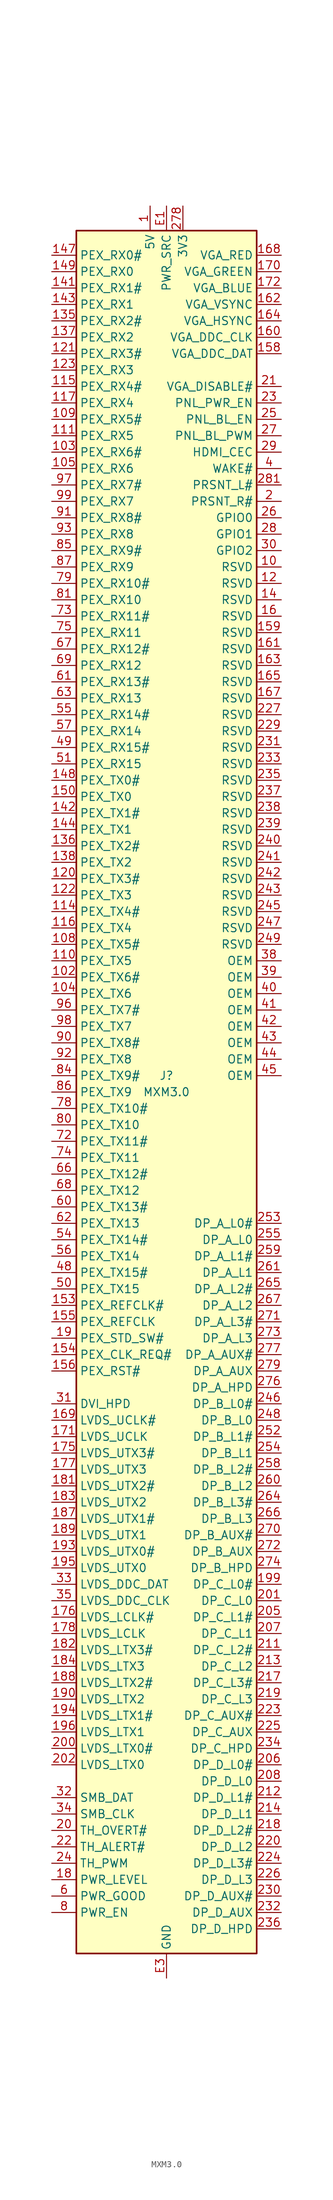
<source format=kicad_sym>
(kicad_symbol_lib
  (version 20211014)
  (generator kicad_symbol_editor)
  (symbol "MXM3.0"
    (property "Reference" "J"
      (at 0 2.54 0)
      (effects (font (size 1.27 1.27))))
    (property "Value" "MXM3.0"
      (at 0 0 0)
      (effects (font (size 1.27 1.27))))
    (symbol "MXM3.0_1_1"
      (rectangle (start -13.97 133.35) (end 13.97 -133.35) (stroke (width 0.254) (type default) (color 0 0 0 0)) (fill (type background)))
      (pin power_in line (at -2.54 137.16 270) (length 3.81) (name "5V" (effects (font (size 1.27 1.27)))) (number "1" (effects (font (size 1.27 1.27)))))
      (pin bidirectional line (at 17.78 81.28 180) (length 3.81) (name "RSVD" (effects (font (size 1.27 1.27)))) (number "10" (effects (font (size 1.27 1.27)))))
      (pin passive line (at 0 -137.16 90) (length 3.81) hide (name "GND" (effects (font (size 1.27 1.27)))) (number "100" (effects (font (size 1.27 1.27)))))
      (pin passive line (at 0 -137.16 90) (length 3.81) hide (name "GND" (effects (font (size 1.27 1.27)))) (number "101" (effects (font (size 1.27 1.27)))))
      (pin input line (at -17.78 17.78 0) (length 3.81) (name "PEX_TX6#" (effects (font (size 1.27 1.27)))) (number "102" (effects (font (size 1.27 1.27)))))
      (pin output line (at -17.78 99.06 0) (length 3.81) (name "PEX_RX6#" (effects (font (size 1.27 1.27)))) (number "103" (effects (font (size 1.27 1.27)))))
      (pin input line (at -17.78 15.24 0) (length 3.81) (name "PEX_TX6" (effects (font (size 1.27 1.27)))) (number "104" (effects (font (size 1.27 1.27)))))
      (pin output line (at -17.78 96.52 0) (length 3.81) (name "PEX_RX6" (effects (font (size 1.27 1.27)))) (number "105" (effects (font (size 1.27 1.27)))))
      (pin passive line (at 0 -137.16 90) (length 3.81) hide (name "GND" (effects (font (size 1.27 1.27)))) (number "106" (effects (font (size 1.27 1.27)))))
      (pin passive line (at 0 -137.16 90) (length 3.81) hide (name "GND" (effects (font (size 1.27 1.27)))) (number "107" (effects (font (size 1.27 1.27)))))
      (pin input line (at -17.78 22.86 0) (length 3.81) (name "PEX_TX5#" (effects (font (size 1.27 1.27)))) (number "108" (effects (font (size 1.27 1.27)))))
      (pin output line (at -17.78 104.14 0) (length 3.81) (name "PEX_RX5#" (effects (font (size 1.27 1.27)))) (number "109" (effects (font (size 1.27 1.27)))))
      (pin passive line (at 0 -137.16 90) (length 3.81) hide (name "GND" (effects (font (size 1.27 1.27)))) (number "11" (effects (font (size 1.27 1.27)))))
      (pin input line (at -17.78 20.32 0) (length 3.81) (name "PEX_TX5" (effects (font (size 1.27 1.27)))) (number "110" (effects (font (size 1.27 1.27)))))
      (pin output line (at -17.78 101.6 0) (length 3.81) (name "PEX_RX5" (effects (font (size 1.27 1.27)))) (number "111" (effects (font (size 1.27 1.27)))))
      (pin passive line (at 0 -137.16 90) (length 3.81) hide (name "GND" (effects (font (size 1.27 1.27)))) (number "112" (effects (font (size 1.27 1.27)))))
      (pin passive line (at 0 -137.16 90) (length 3.81) hide (name "GND" (effects (font (size 1.27 1.27)))) (number "113" (effects (font (size 1.27 1.27)))))
      (pin input line (at -17.78 27.94 0) (length 3.81) (name "PEX_TX4#" (effects (font (size 1.27 1.27)))) (number "114" (effects (font (size 1.27 1.27)))))
      (pin output line (at -17.78 109.22 0) (length 3.81) (name "PEX_RX4#" (effects (font (size 1.27 1.27)))) (number "115" (effects (font (size 1.27 1.27)))))
      (pin input line (at -17.78 25.4 0) (length 3.81) (name "PEX_TX4" (effects (font (size 1.27 1.27)))) (number "116" (effects (font (size 1.27 1.27)))))
      (pin output line (at -17.78 106.68 0) (length 3.81) (name "PEX_RX4" (effects (font (size 1.27 1.27)))) (number "117" (effects (font (size 1.27 1.27)))))
      (pin passive line (at 0 -137.16 90) (length 3.81) hide (name "GND" (effects (font (size 1.27 1.27)))) (number "118" (effects (font (size 1.27 1.27)))))
      (pin passive line (at 0 -137.16 90) (length 3.81) hide (name "GND" (effects (font (size 1.27 1.27)))) (number "119" (effects (font (size 1.27 1.27)))))
      (pin bidirectional line (at 17.78 78.74 180) (length 3.81) (name "RSVD" (effects (font (size 1.27 1.27)))) (number "12" (effects (font (size 1.27 1.27)))))
      (pin input line (at -17.78 33.02 0) (length 3.81) (name "PEX_TX3#" (effects (font (size 1.27 1.27)))) (number "120" (effects (font (size 1.27 1.27)))))
      (pin output line (at -17.78 114.3 0) (length 3.81) (name "PEX_RX3#" (effects (font (size 1.27 1.27)))) (number "121" (effects (font (size 1.27 1.27)))))
      (pin input line (at -17.78 30.48 0) (length 3.81) (name "PEX_TX3" (effects (font (size 1.27 1.27)))) (number "122" (effects (font (size 1.27 1.27)))))
      (pin output line (at -17.78 111.76 0) (length 3.81) (name "PEX_RX3" (effects (font (size 1.27 1.27)))) (number "123" (effects (font (size 1.27 1.27)))))
      (pin passive line (at 0 -137.16 90) (length 3.81) hide (name "GND" (effects (font (size 1.27 1.27)))) (number "124" (effects (font (size 1.27 1.27)))))
      (pin passive line (at 0 -137.16 90) (length 3.81) hide (name "GND" (effects (font (size 1.27 1.27)))) (number "125" (effects (font (size 1.27 1.27)))))
      (pin passive line (at 0 -137.16 90) (length 3.81) hide (name "GND" (effects (font (size 1.27 1.27)))) (number "13" (effects (font (size 1.27 1.27)))))
      (pin passive line (at 0 -137.16 90) (length 3.81) hide (name "GND" (effects (font (size 1.27 1.27)))) (number "133" (effects (font (size 1.27 1.27)))))
      (pin passive line (at 0 -137.16 90) (length 3.81) hide (name "GND" (effects (font (size 1.27 1.27)))) (number "134" (effects (font (size 1.27 1.27)))))
      (pin output line (at -17.78 119.38 0) (length 3.81) (name "PEX_RX2#" (effects (font (size 1.27 1.27)))) (number "135" (effects (font (size 1.27 1.27)))))
      (pin input line (at -17.78 38.1 0) (length 3.81) (name "PEX_TX2#" (effects (font (size 1.27 1.27)))) (number "136" (effects (font (size 1.27 1.27)))))
      (pin output line (at -17.78 116.84 0) (length 3.81) (name "PEX_RX2" (effects (font (size 1.27 1.27)))) (number "137" (effects (font (size 1.27 1.27)))))
      (pin input line (at -17.78 35.56 0) (length 3.81) (name "PEX_TX2" (effects (font (size 1.27 1.27)))) (number "138" (effects (font (size 1.27 1.27)))))
      (pin passive line (at 0 -137.16 90) (length 3.81) hide (name "GND" (effects (font (size 1.27 1.27)))) (number "139" (effects (font (size 1.27 1.27)))))
      (pin bidirectional line (at 17.78 76.2 180) (length 3.81) (name "RSVD" (effects (font (size 1.27 1.27)))) (number "14" (effects (font (size 1.27 1.27)))))
      (pin passive line (at 0 -137.16 90) (length 3.81) hide (name "GND" (effects (font (size 1.27 1.27)))) (number "140" (effects (font (size 1.27 1.27)))))
      (pin output line (at -17.78 124.46 0) (length 3.81) (name "PEX_RX1#" (effects (font (size 1.27 1.27)))) (number "141" (effects (font (size 1.27 1.27)))))
      (pin input line (at -17.78 43.18 0) (length 3.81) (name "PEX_TX1#" (effects (font (size 1.27 1.27)))) (number "142" (effects (font (size 1.27 1.27)))))
      (pin output line (at -17.78 121.92 0) (length 3.81) (name "PEX_RX1" (effects (font (size 1.27 1.27)))) (number "143" (effects (font (size 1.27 1.27)))))
      (pin input line (at -17.78 40.64 0) (length 3.81) (name "PEX_TX1" (effects (font (size 1.27 1.27)))) (number "144" (effects (font (size 1.27 1.27)))))
      (pin passive line (at 0 -137.16 90) (length 3.81) hide (name "GND" (effects (font (size 1.27 1.27)))) (number "145" (effects (font (size 1.27 1.27)))))
      (pin passive line (at 0 -137.16 90) (length 3.81) hide (name "GND" (effects (font (size 1.27 1.27)))) (number "146" (effects (font (size 1.27 1.27)))))
      (pin output line (at -17.78 129.54 0) (length 3.81) (name "PEX_RX0#" (effects (font (size 1.27 1.27)))) (number "147" (effects (font (size 1.27 1.27)))))
      (pin input line (at -17.78 48.26 0) (length 3.81) (name "PEX_TX0#" (effects (font (size 1.27 1.27)))) (number "148" (effects (font (size 1.27 1.27)))))
      (pin output line (at -17.78 127 0) (length 3.81) (name "PEX_RX0" (effects (font (size 1.27 1.27)))) (number "149" (effects (font (size 1.27 1.27)))))
      (pin passive line (at 0 -137.16 90) (length 3.81) hide (name "GND" (effects (font (size 1.27 1.27)))) (number "15" (effects (font (size 1.27 1.27)))))
      (pin input line (at -17.78 45.72 0) (length 3.81) (name "PEX_TX0" (effects (font (size 1.27 1.27)))) (number "150" (effects (font (size 1.27 1.27)))))
      (pin passive line (at 0 -137.16 90) (length 3.81) hide (name "GND" (effects (font (size 1.27 1.27)))) (number "151" (effects (font (size 1.27 1.27)))))
      (pin passive line (at 0 -137.16 90) (length 3.81) hide (name "GND" (effects (font (size 1.27 1.27)))) (number "152" (effects (font (size 1.27 1.27)))))
      (pin input line (at -17.78 -33.02 0) (length 3.81) (name "PEX_REFCLK#" (effects (font (size 1.27 1.27)))) (number "153" (effects (font (size 1.27 1.27)))))
      (pin output line (at -17.78 -40.64 0) (length 3.81) (name "PEX_CLK_REQ#" (effects (font (size 1.27 1.27)))) (number "154" (effects (font (size 1.27 1.27)))))
      (pin input line (at -17.78 -35.56 0) (length 3.81) (name "PEX_REFCLK" (effects (font (size 1.27 1.27)))) (number "155" (effects (font (size 1.27 1.27)))))
      (pin input line (at -17.78 -43.18 0) (length 3.81) (name "PEX_RST#" (effects (font (size 1.27 1.27)))) (number "156" (effects (font (size 1.27 1.27)))))
      (pin passive line (at 0 -137.16 90) (length 3.81) hide (name "GND" (effects (font (size 1.27 1.27)))) (number "157" (effects (font (size 1.27 1.27)))))
      (pin bidirectional line (at 17.78 114.3 180) (length 3.81) (name "VGA_DDC_DAT" (effects (font (size 1.27 1.27)))) (number "158" (effects (font (size 1.27 1.27)))))
      (pin bidirectional line (at 17.78 71.12 180) (length 3.81) (name "RSVD" (effects (font (size 1.27 1.27)))) (number "159" (effects (font (size 1.27 1.27)))))
      (pin bidirectional line (at 17.78 73.66 180) (length 3.81) (name "RSVD" (effects (font (size 1.27 1.27)))) (number "16" (effects (font (size 1.27 1.27)))))
      (pin output line (at 17.78 116.84 180) (length 3.81) (name "VGA_DDC_CLK" (effects (font (size 1.27 1.27)))) (number "160" (effects (font (size 1.27 1.27)))))
      (pin bidirectional line (at 17.78 68.58 180) (length 3.81) (name "RSVD" (effects (font (size 1.27 1.27)))) (number "161" (effects (font (size 1.27 1.27)))))
      (pin output line (at 17.78 121.92 180) (length 3.81) (name "VGA_VSYNC" (effects (font (size 1.27 1.27)))) (number "162" (effects (font (size 1.27 1.27)))))
      (pin bidirectional line (at 17.78 66.04 180) (length 3.81) (name "RSVD" (effects (font (size 1.27 1.27)))) (number "163" (effects (font (size 1.27 1.27)))))
      (pin output line (at 17.78 119.38 180) (length 3.81) (name "VGA_HSYNC" (effects (font (size 1.27 1.27)))) (number "164" (effects (font (size 1.27 1.27)))))
      (pin bidirectional line (at 17.78 63.5 180) (length 3.81) (name "RSVD" (effects (font (size 1.27 1.27)))) (number "165" (effects (font (size 1.27 1.27)))))
      (pin passive line (at 0 -137.16 90) (length 3.81) hide (name "GND" (effects (font (size 1.27 1.27)))) (number "166" (effects (font (size 1.27 1.27)))))
      (pin bidirectional line (at 17.78 60.96 180) (length 3.81) (name "RSVD" (effects (font (size 1.27 1.27)))) (number "167" (effects (font (size 1.27 1.27)))))
      (pin output line (at 17.78 129.54 180) (length 3.81) (name "VGA_RED" (effects (font (size 1.27 1.27)))) (number "168" (effects (font (size 1.27 1.27)))))
      (pin output line (at -17.78 -50.8 0) (length 3.81) (name "LVDS_UCLK#" (effects (font (size 1.27 1.27)))) (number "169" (effects (font (size 1.27 1.27)))))
      (pin passive line (at 0 -137.16 90) (length 3.81) hide (name "GND" (effects (font (size 1.27 1.27)))) (number "17" (effects (font (size 1.27 1.27)))))
      (pin output line (at 17.78 127 180) (length 3.81) (name "VGA_GREEN" (effects (font (size 1.27 1.27)))) (number "170" (effects (font (size 1.27 1.27)))))
      (pin output line (at -17.78 -53.34 0) (length 3.81) (name "LVDS_UCLK" (effects (font (size 1.27 1.27)))) (number "171" (effects (font (size 1.27 1.27)))))
      (pin output line (at 17.78 124.46 180) (length 3.81) (name "VGA_BLUE" (effects (font (size 1.27 1.27)))) (number "172" (effects (font (size 1.27 1.27)))))
      (pin passive line (at 0 -137.16 90) (length 3.81) hide (name "GND" (effects (font (size 1.27 1.27)))) (number "173" (effects (font (size 1.27 1.27)))))
      (pin passive line (at 0 -137.16 90) (length 3.81) hide (name "GND" (effects (font (size 1.27 1.27)))) (number "174" (effects (font (size 1.27 1.27)))))
      (pin output line (at -17.78 -55.88 0) (length 3.81) (name "LVDS_UTX3#" (effects (font (size 1.27 1.27)))) (number "175" (effects (font (size 1.27 1.27)))))
      (pin output line (at -17.78 -81.28 0) (length 3.81) (name "LVDS_LCLK#" (effects (font (size 1.27 1.27)))) (number "176" (effects (font (size 1.27 1.27)))))
      (pin output line (at -17.78 -58.42 0) (length 3.81) (name "LVDS_UTX3" (effects (font (size 1.27 1.27)))) (number "177" (effects (font (size 1.27 1.27)))))
      (pin output line (at -17.78 -83.82 0) (length 3.81) (name "LVDS_LCLK" (effects (font (size 1.27 1.27)))) (number "178" (effects (font (size 1.27 1.27)))))
      (pin passive line (at 0 -137.16 90) (length 3.81) hide (name "GND" (effects (font (size 1.27 1.27)))) (number "179" (effects (font (size 1.27 1.27)))))
      (pin input line (at -17.78 -121.92 0) (length 3.81) (name "PWR_LEVEL" (effects (font (size 1.27 1.27)))) (number "18" (effects (font (size 1.27 1.27)))))
      (pin passive line (at 0 -137.16 90) (length 3.81) hide (name "GND" (effects (font (size 1.27 1.27)))) (number "180" (effects (font (size 1.27 1.27)))))
      (pin output line (at -17.78 -60.96 0) (length 3.81) (name "LVDS_UTX2#" (effects (font (size 1.27 1.27)))) (number "181" (effects (font (size 1.27 1.27)))))
      (pin output line (at -17.78 -86.36 0) (length 3.81) (name "LVDS_LTX3#" (effects (font (size 1.27 1.27)))) (number "182" (effects (font (size 1.27 1.27)))))
      (pin output line (at -17.78 -63.5 0) (length 3.81) (name "LVDS_UTX2" (effects (font (size 1.27 1.27)))) (number "183" (effects (font (size 1.27 1.27)))))
      (pin output line (at -17.78 -88.9 0) (length 3.81) (name "LVDS_LTX3" (effects (font (size 1.27 1.27)))) (number "184" (effects (font (size 1.27 1.27)))))
      (pin passive line (at 0 -137.16 90) (length 3.81) hide (name "GND" (effects (font (size 1.27 1.27)))) (number "185" (effects (font (size 1.27 1.27)))))
      (pin passive line (at 0 -137.16 90) (length 3.81) hide (name "GND" (effects (font (size 1.27 1.27)))) (number "186" (effects (font (size 1.27 1.27)))))
      (pin output line (at -17.78 -66.04 0) (length 3.81) (name "LVDS_UTX1#" (effects (font (size 1.27 1.27)))) (number "187" (effects (font (size 1.27 1.27)))))
      (pin output line (at -17.78 -91.44 0) (length 3.81) (name "LVDS_LTX2#" (effects (font (size 1.27 1.27)))) (number "188" (effects (font (size 1.27 1.27)))))
      (pin output line (at -17.78 -68.58 0) (length 3.81) (name "LVDS_UTX1" (effects (font (size 1.27 1.27)))) (number "189" (effects (font (size 1.27 1.27)))))
      (pin input line (at -17.78 -38.1 0) (length 3.81) (name "PEX_STD_SW#" (effects (font (size 1.27 1.27)))) (number "19" (effects (font (size 1.27 1.27)))))
      (pin output line (at -17.78 -93.98 0) (length 3.81) (name "LVDS_LTX2" (effects (font (size 1.27 1.27)))) (number "190" (effects (font (size 1.27 1.27)))))
      (pin passive line (at 0 -137.16 90) (length 3.81) hide (name "GND" (effects (font (size 1.27 1.27)))) (number "191" (effects (font (size 1.27 1.27)))))
      (pin passive line (at 0 -137.16 90) (length 3.81) hide (name "GND" (effects (font (size 1.27 1.27)))) (number "192" (effects (font (size 1.27 1.27)))))
      (pin output line (at -17.78 -71.12 0) (length 3.81) (name "LVDS_UTX0#" (effects (font (size 1.27 1.27)))) (number "193" (effects (font (size 1.27 1.27)))))
      (pin output line (at -17.78 -96.52 0) (length 3.81) (name "LVDS_LTX1#" (effects (font (size 1.27 1.27)))) (number "194" (effects (font (size 1.27 1.27)))))
      (pin output line (at -17.78 -73.66 0) (length 3.81) (name "LVDS_UTX0" (effects (font (size 1.27 1.27)))) (number "195" (effects (font (size 1.27 1.27)))))
      (pin output line (at -17.78 -99.06 0) (length 3.81) (name "LVDS_LTX1" (effects (font (size 1.27 1.27)))) (number "196" (effects (font (size 1.27 1.27)))))
      (pin passive line (at 0 -137.16 90) (length 3.81) hide (name "GND" (effects (font (size 1.27 1.27)))) (number "197" (effects (font (size 1.27 1.27)))))
      (pin passive line (at 0 -137.16 90) (length 3.81) hide (name "GND" (effects (font (size 1.27 1.27)))) (number "198" (effects (font (size 1.27 1.27)))))
      (pin output line (at 17.78 -76.2 180) (length 3.81) (name "DP_C_L0#" (effects (font (size 1.27 1.27)))) (number "199" (effects (font (size 1.27 1.27)))))
      (pin output line (at 17.78 91.44 180) (length 3.81) (name "PRSNT_R#" (effects (font (size 1.27 1.27)))) (number "2" (effects (font (size 1.27 1.27)))))
      (pin output line (at -17.78 -114.3 0) (length 3.81) (name "TH_OVERT#" (effects (font (size 1.27 1.27)))) (number "20" (effects (font (size 1.27 1.27)))))
      (pin output line (at -17.78 -101.6 0) (length 3.81) (name "LVDS_LTX0#" (effects (font (size 1.27 1.27)))) (number "200" (effects (font (size 1.27 1.27)))))
      (pin output line (at 17.78 -78.74 180) (length 3.81) (name "DP_C_L0" (effects (font (size 1.27 1.27)))) (number "201" (effects (font (size 1.27 1.27)))))
      (pin output line (at -17.78 -104.14 0) (length 3.81) (name "LVDS_LTX0" (effects (font (size 1.27 1.27)))) (number "202" (effects (font (size 1.27 1.27)))))
      (pin passive line (at 0 -137.16 90) (length 3.81) hide (name "GND" (effects (font (size 1.27 1.27)))) (number "203" (effects (font (size 1.27 1.27)))))
      (pin passive line (at 0 -137.16 90) (length 3.81) hide (name "GND" (effects (font (size 1.27 1.27)))) (number "204" (effects (font (size 1.27 1.27)))))
      (pin output line (at 17.78 -81.28 180) (length 3.81) (name "DP_C_L1#" (effects (font (size 1.27 1.27)))) (number "205" (effects (font (size 1.27 1.27)))))
      (pin output line (at 17.78 -104.14 180) (length 3.81) (name "DP_D_L0#" (effects (font (size 1.27 1.27)))) (number "206" (effects (font (size 1.27 1.27)))))
      (pin output line (at 17.78 -83.82 180) (length 3.81) (name "DP_C_L1" (effects (font (size 1.27 1.27)))) (number "207" (effects (font (size 1.27 1.27)))))
      (pin output line (at 17.78 -106.68 180) (length 3.81) (name "DP_D_L0" (effects (font (size 1.27 1.27)))) (number "208" (effects (font (size 1.27 1.27)))))
      (pin passive line (at 0 -137.16 90) (length 3.81) hide (name "GND" (effects (font (size 1.27 1.27)))) (number "209" (effects (font (size 1.27 1.27)))))
      (pin input line (at 17.78 109.22 180) (length 3.81) (name "VGA_DISABLE#" (effects (font (size 1.27 1.27)))) (number "21" (effects (font (size 1.27 1.27)))))
      (pin passive line (at 0 -137.16 90) (length 3.81) hide (name "GND" (effects (font (size 1.27 1.27)))) (number "210" (effects (font (size 1.27 1.27)))))
      (pin output line (at 17.78 -86.36 180) (length 3.81) (name "DP_C_L2#" (effects (font (size 1.27 1.27)))) (number "211" (effects (font (size 1.27 1.27)))))
      (pin output line (at 17.78 -109.22 180) (length 3.81) (name "DP_D_L1#" (effects (font (size 1.27 1.27)))) (number "212" (effects (font (size 1.27 1.27)))))
      (pin output line (at 17.78 -88.9 180) (length 3.81) (name "DP_C_L2" (effects (font (size 1.27 1.27)))) (number "213" (effects (font (size 1.27 1.27)))))
      (pin output line (at 17.78 -111.76 180) (length 3.81) (name "DP_D_L1" (effects (font (size 1.27 1.27)))) (number "214" (effects (font (size 1.27 1.27)))))
      (pin passive line (at 0 -137.16 90) (length 3.81) hide (name "GND" (effects (font (size 1.27 1.27)))) (number "215" (effects (font (size 1.27 1.27)))))
      (pin passive line (at 0 -137.16 90) (length 3.81) hide (name "GND" (effects (font (size 1.27 1.27)))) (number "216" (effects (font (size 1.27 1.27)))))
      (pin output line (at 17.78 -91.44 180) (length 3.81) (name "DP_C_L3#" (effects (font (size 1.27 1.27)))) (number "217" (effects (font (size 1.27 1.27)))))
      (pin output line (at 17.78 -114.3 180) (length 3.81) (name "DP_D_L2#" (effects (font (size 1.27 1.27)))) (number "218" (effects (font (size 1.27 1.27)))))
      (pin output line (at 17.78 -93.98 180) (length 3.81) (name "DP_C_L3" (effects (font (size 1.27 1.27)))) (number "219" (effects (font (size 1.27 1.27)))))
      (pin bidirectional line (at -17.78 -116.84 0) (length 3.81) (name "TH_ALERT#" (effects (font (size 1.27 1.27)))) (number "22" (effects (font (size 1.27 1.27)))))
      (pin output line (at 17.78 -116.84 180) (length 3.81) (name "DP_D_L2" (effects (font (size 1.27 1.27)))) (number "220" (effects (font (size 1.27 1.27)))))
      (pin passive line (at 0 -137.16 90) (length 3.81) hide (name "GND" (effects (font (size 1.27 1.27)))) (number "221" (effects (font (size 1.27 1.27)))))
      (pin passive line (at 0 -137.16 90) (length 3.81) hide (name "GND" (effects (font (size 1.27 1.27)))) (number "222" (effects (font (size 1.27 1.27)))))
      (pin bidirectional line (at 17.78 -96.52 180) (length 3.81) (name "DP_C_AUX#" (effects (font (size 1.27 1.27)))) (number "223" (effects (font (size 1.27 1.27)))))
      (pin output line (at 17.78 -119.38 180) (length 3.81) (name "DP_D_L3#" (effects (font (size 1.27 1.27)))) (number "224" (effects (font (size 1.27 1.27)))))
      (pin bidirectional line (at 17.78 -99.06 180) (length 3.81) (name "DP_C_AUX" (effects (font (size 1.27 1.27)))) (number "225" (effects (font (size 1.27 1.27)))))
      (pin output line (at 17.78 -121.92 180) (length 3.81) (name "DP_D_L3" (effects (font (size 1.27 1.27)))) (number "226" (effects (font (size 1.27 1.27)))))
      (pin bidirectional line (at 17.78 58.42 180) (length 3.81) (name "RSVD" (effects (font (size 1.27 1.27)))) (number "227" (effects (font (size 1.27 1.27)))))
      (pin passive line (at 0 -137.16 90) (length 3.81) hide (name "GND" (effects (font (size 1.27 1.27)))) (number "228" (effects (font (size 1.27 1.27)))))
      (pin bidirectional line (at 17.78 55.88 180) (length 3.81) (name "RSVD" (effects (font (size 1.27 1.27)))) (number "229" (effects (font (size 1.27 1.27)))))
      (pin output line (at 17.78 106.68 180) (length 3.81) (name "PNL_PWR_EN" (effects (font (size 1.27 1.27)))) (number "23" (effects (font (size 1.27 1.27)))))
      (pin bidirectional line (at 17.78 -124.46 180) (length 3.81) (name "DP_D_AUX#" (effects (font (size 1.27 1.27)))) (number "230" (effects (font (size 1.27 1.27)))))
      (pin bidirectional line (at 17.78 53.34 180) (length 3.81) (name "RSVD" (effects (font (size 1.27 1.27)))) (number "231" (effects (font (size 1.27 1.27)))))
      (pin bidirectional line (at 17.78 -127 180) (length 3.81) (name "DP_D_AUX" (effects (font (size 1.27 1.27)))) (number "232" (effects (font (size 1.27 1.27)))))
      (pin bidirectional line (at 17.78 50.8 180) (length 3.81) (name "RSVD" (effects (font (size 1.27 1.27)))) (number "233" (effects (font (size 1.27 1.27)))))
      (pin input line (at 17.78 -101.6 180) (length 3.81) (name "DP_C_HPD" (effects (font (size 1.27 1.27)))) (number "234" (effects (font (size 1.27 1.27)))))
      (pin bidirectional line (at 17.78 48.26 180) (length 3.81) (name "RSVD" (effects (font (size 1.27 1.27)))) (number "235" (effects (font (size 1.27 1.27)))))
      (pin input line (at 17.78 -129.54 180) (length 3.81) (name "DP_D_HPD" (effects (font (size 1.27 1.27)))) (number "236" (effects (font (size 1.27 1.27)))))
      (pin bidirectional line (at 17.78 45.72 180) (length 3.81) (name "RSVD" (effects (font (size 1.27 1.27)))) (number "237" (effects (font (size 1.27 1.27)))))
      (pin bidirectional line (at 17.78 43.18 180) (length 3.81) (name "RSVD" (effects (font (size 1.27 1.27)))) (number "238" (effects (font (size 1.27 1.27)))))
      (pin bidirectional line (at 17.78 40.64 180) (length 3.81) (name "RSVD" (effects (font (size 1.27 1.27)))) (number "239" (effects (font (size 1.27 1.27)))))
      (pin output line (at -17.78 -119.38 0) (length 3.81) (name "TH_PWM" (effects (font (size 1.27 1.27)))) (number "24" (effects (font (size 1.27 1.27)))))
      (pin bidirectional line (at 17.78 38.1 180) (length 3.81) (name "RSVD" (effects (font (size 1.27 1.27)))) (number "240" (effects (font (size 1.27 1.27)))))
      (pin bidirectional line (at 17.78 35.56 180) (length 3.81) (name "RSVD" (effects (font (size 1.27 1.27)))) (number "241" (effects (font (size 1.27 1.27)))))
      (pin bidirectional line (at 17.78 33.02 180) (length 3.81) (name "RSVD" (effects (font (size 1.27 1.27)))) (number "242" (effects (font (size 1.27 1.27)))))
      (pin bidirectional line (at 17.78 30.48 180) (length 3.81) (name "RSVD" (effects (font (size 1.27 1.27)))) (number "243" (effects (font (size 1.27 1.27)))))
      (pin passive line (at 0 -137.16 90) (length 3.81) hide (name "GND" (effects (font (size 1.27 1.27)))) (number "244" (effects (font (size 1.27 1.27)))))
      (pin bidirectional line (at 17.78 27.94 180) (length 3.81) (name "RSVD" (effects (font (size 1.27 1.27)))) (number "245" (effects (font (size 1.27 1.27)))))
      (pin output line (at 17.78 -48.26 180) (length 3.81) (name "DP_B_L0#" (effects (font (size 1.27 1.27)))) (number "246" (effects (font (size 1.27 1.27)))))
      (pin bidirectional line (at 17.78 25.4 180) (length 3.81) (name "RSVD" (effects (font (size 1.27 1.27)))) (number "247" (effects (font (size 1.27 1.27)))))
      (pin output line (at 17.78 -50.8 180) (length 3.81) (name "DP_B_L0" (effects (font (size 1.27 1.27)))) (number "248" (effects (font (size 1.27 1.27)))))
      (pin bidirectional line (at 17.78 22.86 180) (length 3.81) (name "RSVD" (effects (font (size 1.27 1.27)))) (number "249" (effects (font (size 1.27 1.27)))))
      (pin output line (at 17.78 104.14 180) (length 3.81) (name "PNL_BL_EN" (effects (font (size 1.27 1.27)))) (number "25" (effects (font (size 1.27 1.27)))))
      (pin passive line (at 0 -137.16 90) (length 3.81) hide (name "GND" (effects (font (size 1.27 1.27)))) (number "250" (effects (font (size 1.27 1.27)))))
      (pin passive line (at 0 -137.16 90) (length 3.81) hide (name "GND" (effects (font (size 1.27 1.27)))) (number "251" (effects (font (size 1.27 1.27)))))
      (pin output line (at 17.78 -53.34 180) (length 3.81) (name "DP_B_L1#" (effects (font (size 1.27 1.27)))) (number "252" (effects (font (size 1.27 1.27)))))
      (pin output line (at 17.78 -20.32 180) (length 3.81) (name "DP_A_L0#" (effects (font (size 1.27 1.27)))) (number "253" (effects (font (size 1.27 1.27)))))
      (pin output line (at 17.78 -55.88 180) (length 3.81) (name "DP_B_L1" (effects (font (size 1.27 1.27)))) (number "254" (effects (font (size 1.27 1.27)))))
      (pin output line (at 17.78 -22.86 180) (length 3.81) (name "DP_A_L0" (effects (font (size 1.27 1.27)))) (number "255" (effects (font (size 1.27 1.27)))))
      (pin passive line (at 0 -137.16 90) (length 3.81) hide (name "GND" (effects (font (size 1.27 1.27)))) (number "256" (effects (font (size 1.27 1.27)))))
      (pin passive line (at 0 -137.16 90) (length 3.81) hide (name "GND" (effects (font (size 1.27 1.27)))) (number "257" (effects (font (size 1.27 1.27)))))
      (pin output line (at 17.78 -58.42 180) (length 3.81) (name "DP_B_L2#" (effects (font (size 1.27 1.27)))) (number "258" (effects (font (size 1.27 1.27)))))
      (pin output line (at 17.78 -25.4 180) (length 3.81) (name "DP_A_L1#" (effects (font (size 1.27 1.27)))) (number "259" (effects (font (size 1.27 1.27)))))
      (pin bidirectional line (at 17.78 88.9 180) (length 3.81) (name "GPIO0" (effects (font (size 1.27 1.27)))) (number "26" (effects (font (size 1.27 1.27)))))
      (pin output line (at 17.78 -60.96 180) (length 3.81) (name "DP_B_L2" (effects (font (size 1.27 1.27)))) (number "260" (effects (font (size 1.27 1.27)))))
      (pin output line (at 17.78 -27.94 180) (length 3.81) (name "DP_A_L1" (effects (font (size 1.27 1.27)))) (number "261" (effects (font (size 1.27 1.27)))))
      (pin passive line (at 0 -137.16 90) (length 3.81) hide (name "GND" (effects (font (size 1.27 1.27)))) (number "262" (effects (font (size 1.27 1.27)))))
      (pin passive line (at 0 -137.16 90) (length 3.81) hide (name "GND" (effects (font (size 1.27 1.27)))) (number "263" (effects (font (size 1.27 1.27)))))
      (pin output line (at 17.78 -63.5 180) (length 3.81) (name "DP_B_L3#" (effects (font (size 1.27 1.27)))) (number "264" (effects (font (size 1.27 1.27)))))
      (pin output line (at 17.78 -30.48 180) (length 3.81) (name "DP_A_L2#" (effects (font (size 1.27 1.27)))) (number "265" (effects (font (size 1.27 1.27)))))
      (pin output line (at 17.78 -66.04 180) (length 3.81) (name "DP_B_L3" (effects (font (size 1.27 1.27)))) (number "266" (effects (font (size 1.27 1.27)))))
      (pin output line (at 17.78 -33.02 180) (length 3.81) (name "DP_A_L2" (effects (font (size 1.27 1.27)))) (number "267" (effects (font (size 1.27 1.27)))))
      (pin passive line (at 0 -137.16 90) (length 3.81) hide (name "GND" (effects (font (size 1.27 1.27)))) (number "268" (effects (font (size 1.27 1.27)))))
      (pin passive line (at 0 -137.16 90) (length 3.81) hide (name "GND" (effects (font (size 1.27 1.27)))) (number "269" (effects (font (size 1.27 1.27)))))
      (pin output line (at 17.78 101.6 180) (length 3.81) (name "PNL_BL_PWM" (effects (font (size 1.27 1.27)))) (number "27" (effects (font (size 1.27 1.27)))))
      (pin bidirectional line (at 17.78 -68.58 180) (length 3.81) (name "DP_B_AUX#" (effects (font (size 1.27 1.27)))) (number "270" (effects (font (size 1.27 1.27)))))
      (pin output line (at 17.78 -35.56 180) (length 3.81) (name "DP_A_L3#" (effects (font (size 1.27 1.27)))) (number "271" (effects (font (size 1.27 1.27)))))
      (pin bidirectional line (at 17.78 -71.12 180) (length 3.81) (name "DP_B_AUX" (effects (font (size 1.27 1.27)))) (number "272" (effects (font (size 1.27 1.27)))))
      (pin output line (at 17.78 -38.1 180) (length 3.81) (name "DP_A_L3" (effects (font (size 1.27 1.27)))) (number "273" (effects (font (size 1.27 1.27)))))
      (pin input line (at 17.78 -73.66 180) (length 3.81) (name "DP_B_HPD" (effects (font (size 1.27 1.27)))) (number "274" (effects (font (size 1.27 1.27)))))
      (pin passive line (at 0 -137.16 90) (length 3.81) hide (name "GND" (effects (font (size 1.27 1.27)))) (number "275" (effects (font (size 1.27 1.27)))))
      (pin input line (at 17.78 -45.72 180) (length 3.81) (name "DP_A_HPD" (effects (font (size 1.27 1.27)))) (number "276" (effects (font (size 1.27 1.27)))))
      (pin bidirectional line (at 17.78 -40.64 180) (length 3.81) (name "DP_A_AUX#" (effects (font (size 1.27 1.27)))) (number "277" (effects (font (size 1.27 1.27)))))
      (pin power_in line (at 2.54 137.16 270) (length 3.81) (name "3V3" (effects (font (size 1.27 1.27)))) (number "278" (effects (font (size 1.27 1.27)))))
      (pin bidirectional line (at 17.78 -43.18 180) (length 3.81) (name "DP_A_AUX" (effects (font (size 1.27 1.27)))) (number "279" (effects (font (size 1.27 1.27)))))
      (pin bidirectional line (at 17.78 86.36 180) (length 3.81) (name "GPIO1" (effects (font (size 1.27 1.27)))) (number "28" (effects (font (size 1.27 1.27)))))
      (pin passive line (at 2.54 137.16 270) (length 3.81) hide (name "3V3" (effects (font (size 1.27 1.27)))) (number "280" (effects (font (size 1.27 1.27)))))
      (pin output line (at 17.78 93.98 180) (length 3.81) (name "PRSNT_L#" (effects (font (size 1.27 1.27)))) (number "281" (effects (font (size 1.27 1.27)))))
      (pin bidirectional line (at 17.78 99.06 180) (length 3.81) (name "HDMI_CEC" (effects (font (size 1.27 1.27)))) (number "29" (effects (font (size 1.27 1.27)))))
      (pin passive line (at -2.54 137.16 270) (length 3.81) hide (name "5V" (effects (font (size 1.27 1.27)))) (number "3" (effects (font (size 1.27 1.27)))))
      (pin bidirectional line (at 17.78 83.82 180) (length 3.81) (name "GPIO2" (effects (font (size 1.27 1.27)))) (number "30" (effects (font (size 1.27 1.27)))))
      (pin input line (at -17.78 -48.26 0) (length 3.81) (name "DVI_HPD" (effects (font (size 1.27 1.27)))) (number "31" (effects (font (size 1.27 1.27)))))
      (pin bidirectional line (at -17.78 -109.22 0) (length 3.81) (name "SMB_DAT" (effects (font (size 1.27 1.27)))) (number "32" (effects (font (size 1.27 1.27)))))
      (pin bidirectional line (at -17.78 -76.2 0) (length 3.81) (name "LVDS_DDC_DAT" (effects (font (size 1.27 1.27)))) (number "33" (effects (font (size 1.27 1.27)))))
      (pin input line (at -17.78 -111.76 0) (length 3.81) (name "SMB_CLK" (effects (font (size 1.27 1.27)))) (number "34" (effects (font (size 1.27 1.27)))))
      (pin output line (at -17.78 -78.74 0) (length 3.81) (name "LVDS_DDC_CLK" (effects (font (size 1.27 1.27)))) (number "35" (effects (font (size 1.27 1.27)))))
      (pin passive line (at 0 -137.16 90) (length 3.81) hide (name "GND" (effects (font (size 1.27 1.27)))) (number "36" (effects (font (size 1.27 1.27)))))
      (pin passive line (at 0 -137.16 90) (length 3.81) hide (name "GND" (effects (font (size 1.27 1.27)))) (number "37" (effects (font (size 1.27 1.27)))))
      (pin bidirectional line (at 17.78 20.32 180) (length 3.81) (name "OEM" (effects (font (size 1.27 1.27)))) (number "38" (effects (font (size 1.27 1.27)))))
      (pin bidirectional line (at 17.78 17.78 180) (length 3.81) (name "OEM" (effects (font (size 1.27 1.27)))) (number "39" (effects (font (size 1.27 1.27)))))
      (pin output line (at 17.78 96.52 180) (length 3.81) (name "WAKE#" (effects (font (size 1.27 1.27)))) (number "4" (effects (font (size 1.27 1.27)))))
      (pin bidirectional line (at 17.78 15.24 180) (length 3.81) (name "OEM" (effects (font (size 1.27 1.27)))) (number "40" (effects (font (size 1.27 1.27)))))
      (pin bidirectional line (at 17.78 12.7 180) (length 3.81) (name "OEM" (effects (font (size 1.27 1.27)))) (number "41" (effects (font (size 1.27 1.27)))))
      (pin bidirectional line (at 17.78 10.16 180) (length 3.81) (name "OEM" (effects (font (size 1.27 1.27)))) (number "42" (effects (font (size 1.27 1.27)))))
      (pin bidirectional line (at 17.78 7.62 180) (length 3.81) (name "OEM" (effects (font (size 1.27 1.27)))) (number "43" (effects (font (size 1.27 1.27)))))
      (pin bidirectional line (at 17.78 5.08 180) (length 3.81) (name "OEM" (effects (font (size 1.27 1.27)))) (number "44" (effects (font (size 1.27 1.27)))))
      (pin bidirectional line (at 17.78 2.54 180) (length 3.81) (name "OEM" (effects (font (size 1.27 1.27)))) (number "45" (effects (font (size 1.27 1.27)))))
      (pin passive line (at 0 -137.16 90) (length 3.81) hide (name "GND" (effects (font (size 1.27 1.27)))) (number "46" (effects (font (size 1.27 1.27)))))
      (pin passive line (at 0 -137.16 90) (length 3.81) hide (name "GND" (effects (font (size 1.27 1.27)))) (number "47" (effects (font (size 1.27 1.27)))))
      (pin input line (at -17.78 -27.94 0) (length 3.81) (name "PEX_TX15#" (effects (font (size 1.27 1.27)))) (number "48" (effects (font (size 1.27 1.27)))))
      (pin output line (at -17.78 53.34 0) (length 3.81) (name "PEX_RX15#" (effects (font (size 1.27 1.27)))) (number "49" (effects (font (size 1.27 1.27)))))
      (pin passive line (at -2.54 137.16 270) (length 3.81) hide (name "5V" (effects (font (size 1.27 1.27)))) (number "5" (effects (font (size 1.27 1.27)))))
      (pin input line (at -17.78 -30.48 0) (length 3.81) (name "PEX_TX15" (effects (font (size 1.27 1.27)))) (number "50" (effects (font (size 1.27 1.27)))))
      (pin output line (at -17.78 50.8 0) (length 3.81) (name "PEX_RX15" (effects (font (size 1.27 1.27)))) (number "51" (effects (font (size 1.27 1.27)))))
      (pin passive line (at 0 -137.16 90) (length 3.81) hide (name "GND" (effects (font (size 1.27 1.27)))) (number "52" (effects (font (size 1.27 1.27)))))
      (pin passive line (at 0 -137.16 90) (length 3.81) hide (name "GND" (effects (font (size 1.27 1.27)))) (number "53" (effects (font (size 1.27 1.27)))))
      (pin input line (at -17.78 -22.86 0) (length 3.81) (name "PEX_TX14#" (effects (font (size 1.27 1.27)))) (number "54" (effects (font (size 1.27 1.27)))))
      (pin output line (at -17.78 58.42 0) (length 3.81) (name "PEX_RX14#" (effects (font (size 1.27 1.27)))) (number "55" (effects (font (size 1.27 1.27)))))
      (pin input line (at -17.78 -25.4 0) (length 3.81) (name "PEX_TX14" (effects (font (size 1.27 1.27)))) (number "56" (effects (font (size 1.27 1.27)))))
      (pin output line (at -17.78 55.88 0) (length 3.81) (name "PEX_RX14" (effects (font (size 1.27 1.27)))) (number "57" (effects (font (size 1.27 1.27)))))
      (pin passive line (at 0 -137.16 90) (length 3.81) hide (name "GND" (effects (font (size 1.27 1.27)))) (number "58" (effects (font (size 1.27 1.27)))))
      (pin passive line (at 0 -137.16 90) (length 3.81) hide (name "GND" (effects (font (size 1.27 1.27)))) (number "59" (effects (font (size 1.27 1.27)))))
      (pin output line (at -17.78 -124.46 0) (length 3.81) (name "PWR_GOOD" (effects (font (size 1.27 1.27)))) (number "6" (effects (font (size 1.27 1.27)))))
      (pin input line (at -17.78 -17.78 0) (length 3.81) (name "PEX_TX13#" (effects (font (size 1.27 1.27)))) (number "60" (effects (font (size 1.27 1.27)))))
      (pin output line (at -17.78 63.5 0) (length 3.81) (name "PEX_RX13#" (effects (font (size 1.27 1.27)))) (number "61" (effects (font (size 1.27 1.27)))))
      (pin input line (at -17.78 -20.32 0) (length 3.81) (name "PEX_TX13" (effects (font (size 1.27 1.27)))) (number "62" (effects (font (size 1.27 1.27)))))
      (pin output line (at -17.78 60.96 0) (length 3.81) (name "PEX_RX13" (effects (font (size 1.27 1.27)))) (number "63" (effects (font (size 1.27 1.27)))))
      (pin passive line (at 0 -137.16 90) (length 3.81) hide (name "GND" (effects (font (size 1.27 1.27)))) (number "64" (effects (font (size 1.27 1.27)))))
      (pin passive line (at 0 -137.16 90) (length 3.81) hide (name "GND" (effects (font (size 1.27 1.27)))) (number "65" (effects (font (size 1.27 1.27)))))
      (pin input line (at -17.78 -12.7 0) (length 3.81) (name "PEX_TX12#" (effects (font (size 1.27 1.27)))) (number "66" (effects (font (size 1.27 1.27)))))
      (pin output line (at -17.78 68.58 0) (length 3.81) (name "PEX_RX12#" (effects (font (size 1.27 1.27)))) (number "67" (effects (font (size 1.27 1.27)))))
      (pin input line (at -17.78 -15.24 0) (length 3.81) (name "PEX_TX12" (effects (font (size 1.27 1.27)))) (number "68" (effects (font (size 1.27 1.27)))))
      (pin output line (at -17.78 66.04 0) (length 3.81) (name "PEX_RX12" (effects (font (size 1.27 1.27)))) (number "69" (effects (font (size 1.27 1.27)))))
      (pin passive line (at -2.54 137.16 270) (length 3.81) hide (name "5V" (effects (font (size 1.27 1.27)))) (number "7" (effects (font (size 1.27 1.27)))))
      (pin passive line (at 0 -137.16 90) (length 3.81) hide (name "GND" (effects (font (size 1.27 1.27)))) (number "70" (effects (font (size 1.27 1.27)))))
      (pin passive line (at 0 -137.16 90) (length 3.81) hide (name "GND" (effects (font (size 1.27 1.27)))) (number "71" (effects (font (size 1.27 1.27)))))
      (pin input line (at -17.78 -7.62 0) (length 3.81) (name "PEX_TX11#" (effects (font (size 1.27 1.27)))) (number "72" (effects (font (size 1.27 1.27)))))
      (pin output line (at -17.78 73.66 0) (length 3.81) (name "PEX_RX11#" (effects (font (size 1.27 1.27)))) (number "73" (effects (font (size 1.27 1.27)))))
      (pin input line (at -17.78 -10.16 0) (length 3.81) (name "PEX_TX11" (effects (font (size 1.27 1.27)))) (number "74" (effects (font (size 1.27 1.27)))))
      (pin output line (at -17.78 71.12 0) (length 3.81) (name "PEX_RX11" (effects (font (size 1.27 1.27)))) (number "75" (effects (font (size 1.27 1.27)))))
      (pin passive line (at 0 -137.16 90) (length 3.81) hide (name "GND" (effects (font (size 1.27 1.27)))) (number "76" (effects (font (size 1.27 1.27)))))
      (pin passive line (at 0 -137.16 90) (length 3.81) hide (name "GND" (effects (font (size 1.27 1.27)))) (number "77" (effects (font (size 1.27 1.27)))))
      (pin input line (at -17.78 -2.54 0) (length 3.81) (name "PEX_TX10#" (effects (font (size 1.27 1.27)))) (number "78" (effects (font (size 1.27 1.27)))))
      (pin output line (at -17.78 78.74 0) (length 3.81) (name "PEX_RX10#" (effects (font (size 1.27 1.27)))) (number "79" (effects (font (size 1.27 1.27)))))
      (pin input line (at -17.78 -127 0) (length 3.81) (name "PWR_EN" (effects (font (size 1.27 1.27)))) (number "8" (effects (font (size 1.27 1.27)))))
      (pin input line (at -17.78 -5.08 0) (length 3.81) (name "PEX_TX10" (effects (font (size 1.27 1.27)))) (number "80" (effects (font (size 1.27 1.27)))))
      (pin output line (at -17.78 76.2 0) (length 3.81) (name "PEX_RX10" (effects (font (size 1.27 1.27)))) (number "81" (effects (font (size 1.27 1.27)))))
      (pin passive line (at 0 -137.16 90) (length 3.81) hide (name "GND" (effects (font (size 1.27 1.27)))) (number "82" (effects (font (size 1.27 1.27)))))
      (pin passive line (at 0 -137.16 90) (length 3.81) hide (name "GND" (effects (font (size 1.27 1.27)))) (number "83" (effects (font (size 1.27 1.27)))))
      (pin input line (at -17.78 2.54 0) (length 3.81) (name "PEX_TX9#" (effects (font (size 1.27 1.27)))) (number "84" (effects (font (size 1.27 1.27)))))
      (pin output line (at -17.78 83.82 0) (length 3.81) (name "PEX_RX9#" (effects (font (size 1.27 1.27)))) (number "85" (effects (font (size 1.27 1.27)))))
      (pin input line (at -17.78 0 0) (length 3.81) (name "PEX_TX9" (effects (font (size 1.27 1.27)))) (number "86" (effects (font (size 1.27 1.27)))))
      (pin output line (at -17.78 81.28 0) (length 3.81) (name "PEX_RX9" (effects (font (size 1.27 1.27)))) (number "87" (effects (font (size 1.27 1.27)))))
      (pin passive line (at 0 -137.16 90) (length 3.81) hide (name "GND" (effects (font (size 1.27 1.27)))) (number "88" (effects (font (size 1.27 1.27)))))
      (pin passive line (at 0 -137.16 90) (length 3.81) hide (name "GND" (effects (font (size 1.27 1.27)))) (number "89" (effects (font (size 1.27 1.27)))))
      (pin passive line (at -2.54 137.16 270) (length 3.81) hide (name "5V" (effects (font (size 1.27 1.27)))) (number "9" (effects (font (size 1.27 1.27)))))
      (pin input line (at -17.78 7.62 0) (length 3.81) (name "PEX_TX8#" (effects (font (size 1.27 1.27)))) (number "90" (effects (font (size 1.27 1.27)))))
      (pin output line (at -17.78 88.9 0) (length 3.81) (name "PEX_RX8#" (effects (font (size 1.27 1.27)))) (number "91" (effects (font (size 1.27 1.27)))))
      (pin input line (at -17.78 5.08 0) (length 3.81) (name "PEX_TX8" (effects (font (size 1.27 1.27)))) (number "92" (effects (font (size 1.27 1.27)))))
      (pin output line (at -17.78 86.36 0) (length 3.81) (name "PEX_RX8" (effects (font (size 1.27 1.27)))) (number "93" (effects (font (size 1.27 1.27)))))
      (pin passive line (at 0 -137.16 90) (length 3.81) hide (name "GND" (effects (font (size 1.27 1.27)))) (number "94" (effects (font (size 1.27 1.27)))))
      (pin passive line (at 0 -137.16 90) (length 3.81) hide (name "GND" (effects (font (size 1.27 1.27)))) (number "95" (effects (font (size 1.27 1.27)))))
      (pin input line (at -17.78 12.7 0) (length 3.81) (name "PEX_TX7#" (effects (font (size 1.27 1.27)))) (number "96" (effects (font (size 1.27 1.27)))))
      (pin output line (at -17.78 93.98 0) (length 3.81) (name "PEX_RX7#" (effects (font (size 1.27 1.27)))) (number "97" (effects (font (size 1.27 1.27)))))
      (pin input line (at -17.78 10.16 0) (length 3.81) (name "PEX_TX7" (effects (font (size 1.27 1.27)))) (number "98" (effects (font (size 1.27 1.27)))))
      (pin output line (at -17.78 91.44 0) (length 3.81) (name "PEX_RX7" (effects (font (size 1.27 1.27)))) (number "99" (effects (font (size 1.27 1.27)))))
      (pin power_in line (at 0 137.16 270) (length 3.81) (name "PWR_SRC" (effects (font (size 1.27 1.27)))) (number "E1" (effects (font (size 1.27 1.27)))))
      (pin passive line (at 0 137.16 270) (length 3.81) hide (name "PWR_SRC" (effects (font (size 1.27 1.27)))) (number "E2" (effects (font (size 1.27 1.27)))))
      (pin power_in line (at 0 -137.16 90) (length 3.81) (name "GND" (effects (font (size 1.27 1.27)))) (number "E3" (effects (font (size 1.27 1.27)))))
      (pin passive line (at 0 -137.16 90) (length 3.81) hide (name "GND" (effects (font (size 1.27 1.27)))) (number "E4" (effects (font (size 1.27 1.27))))))))
</source>
